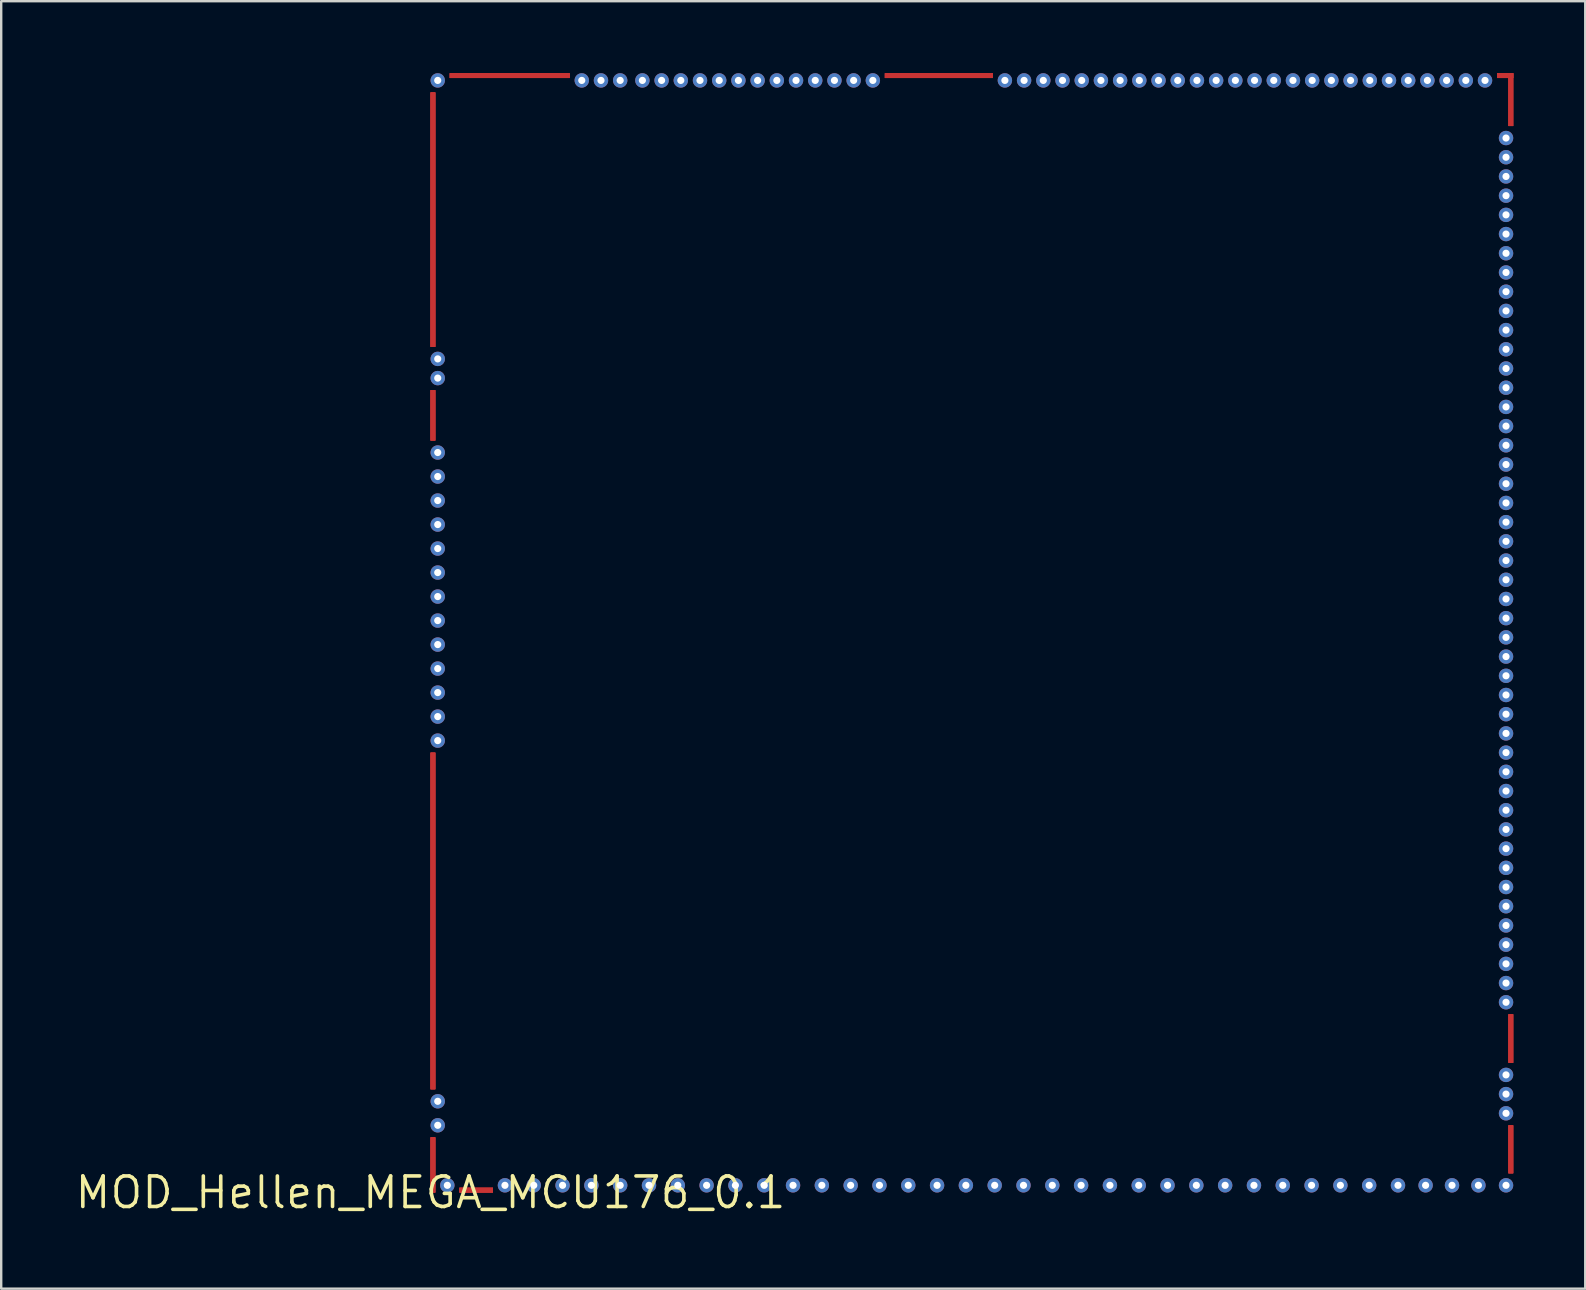
<source format=kicad_pcb>
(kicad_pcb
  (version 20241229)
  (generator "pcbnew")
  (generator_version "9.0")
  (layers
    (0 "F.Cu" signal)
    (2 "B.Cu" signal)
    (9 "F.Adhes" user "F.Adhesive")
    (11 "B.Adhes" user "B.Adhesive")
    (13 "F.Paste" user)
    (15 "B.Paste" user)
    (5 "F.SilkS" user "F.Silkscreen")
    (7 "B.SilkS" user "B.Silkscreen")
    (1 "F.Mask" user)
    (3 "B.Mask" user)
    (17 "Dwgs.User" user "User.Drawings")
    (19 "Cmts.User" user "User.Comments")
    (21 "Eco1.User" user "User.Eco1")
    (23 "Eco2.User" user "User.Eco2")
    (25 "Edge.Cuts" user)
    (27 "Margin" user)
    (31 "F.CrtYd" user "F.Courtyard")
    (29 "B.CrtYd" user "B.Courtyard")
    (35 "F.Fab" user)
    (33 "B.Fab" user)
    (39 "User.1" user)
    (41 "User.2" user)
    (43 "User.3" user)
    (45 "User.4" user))
  (footprint "MOD_Hellen_MEGA_MCU176_0.1"
    (layer "F.Cu")
    (at 14.884 46.625)
    (property "Reference" "MOD_Hellen_MEGA_MCU176_0.1" (at 0 0 0) (layer "F.SilkS") (effects (font (size 1.27 1.27) (thickness 0.15))))
    (attr through_hole)
    (pad "1" thru_hole oval (at 44.8 -43.925) (size 0.6 0.6) (drill 0.3) (layers "F.Cu" "F.Mask"))
    (pad "2" thru_hole oval (at 44.8 -43.125 270) (size 0.6 0.6) (drill 0.3) (layers "F.Cu" "F.Mask"))
    (pad "3" thru_hole oval (at 44.8 -42.325 270) (size 0.6 0.6) (drill 0.3) (layers "F.Cu" "F.Mask"))
    (pad "4" thru_hole oval (at 44.8 -41.525 270) (size 0.6 0.6) (drill 0.3) (layers "F.Cu" "F.Mask"))
    (pad "5" thru_hole oval (at 44.8 -40.725) (size 0.6 0.6) (drill 0.3) (layers "F.Cu" "F.Mask"))
    (pad "6" thru_hole oval (at 44.8 -39.925) (size 0.6 0.6) (drill 0.3) (layers "F.Cu" "F.Mask"))
    (pad "7" thru_hole oval (at 44.8 -39.125) (size 0.6 0.6) (drill 0.3) (layers "F.Cu" "F.Mask"))
    (pad "8" thru_hole oval (at 44.8 -38.325) (size 0.6 0.6) (drill 0.3) (layers "F.Cu" "F.Mask"))
    (pad "9" thru_hole oval (at 44.8 -37.525 270) (size 0.6 0.6) (drill 0.3) (layers "F.Cu" "F.Mask"))
    (pad "10" thru_hole oval (at 44.8 -36.725 270) (size 0.6 0.6) (drill 0.3) (layers "F.Cu" "F.Mask"))
    (pad "11" thru_hole oval (at 44.8 -35.925 270) (size 0.6 0.6) (drill 0.3) (layers "F.Cu" "F.Mask"))
    (pad "12" thru_hole oval (at 44.8 -35.125 270) (size 0.6 0.6) (drill 0.3) (layers "F.Cu" "F.Mask"))
    (pad "13" thru_hole oval (at 44.8 -34.325 270) (size 0.6 0.6) (drill 0.3) (layers "F.Cu" "F.Mask"))
    (pad "14" thru_hole oval (at 44.8 -33.525 270) (size 0.6 0.6) (drill 0.3) (layers "F.Cu" "F.Mask"))
    (pad "15" thru_hole oval (at 44.8 -32.725 270) (size 0.6 0.6) (drill 0.3) (layers "F.Cu" "F.Mask"))
    (pad "16" thru_hole oval (at 44.8 -31.925 270) (size 0.6 0.6) (drill 0.3) (layers "F.Cu" "F.Mask"))
    (pad "17" thru_hole oval (at 44.8 -31.125 270) (size 0.6 0.6) (drill 0.3) (layers "F.Cu" "F.Mask"))
    (pad "18" thru_hole oval (at 44.8 -30.325 270) (size 0.6 0.6) (drill 0.3) (layers "F.Cu" "F.Mask"))
    (pad "19" thru_hole oval (at 44.8 -29.525 270) (size 0.6 0.6) (drill 0.3) (layers "F.Cu" "F.Mask"))
    (pad "20" thru_hole oval (at 44.8 -28.725 270) (size 0.6 0.6) (drill 0.3) (layers "F.Cu" "F.Mask"))
    (pad "21" thru_hole oval (at 44.8 -27.925 270) (size 0.6 0.6) (drill 0.3) (layers "F.Cu" "F.Mask"))
    (pad "22" thru_hole oval (at 44.8 -27.125 270) (size 0.6 0.6) (drill 0.3) (layers "F.Cu" "F.Mask"))
    (pad "23" thru_hole oval (at 44.8 -26.325 270) (size 0.6 0.6) (drill 0.3) (layers "F.Cu" "F.Mask"))
    (pad "24" thru_hole oval (at 44.8 -25.525 270) (size 0.6 0.6) (drill 0.3) (layers "F.Cu" "F.Mask"))
    (pad "25" thru_hole oval (at 44.8 -24.725 270) (size 0.6 0.6) (drill 0.3) (layers "F.Cu" "F.Mask"))
    (pad "26" thru_hole oval (at 44.8 -23.925 270) (size 0.6 0.6) (drill 0.3) (layers "F.Cu" "F.Mask"))
    (pad "27" thru_hole oval (at 44.8 -23.125 270) (size 0.6 0.6) (drill 0.3) (layers "F.Cu" "F.Mask"))
    (pad "28" thru_hole oval (at 44.8 -22.325 180) (size 0.6 0.6) (drill 0.3) (layers "F.Cu" "F.Mask"))
    (pad "29" thru_hole oval (at 44.8 -21.525 180) (size 0.6 0.6) (drill 0.3) (layers "F.Cu" "F.Mask"))
    (pad "30" thru_hole oval (at 44.8 -20.725 270) (size 0.6 0.6) (drill 0.3) (layers "F.Cu" "F.Mask"))
    (pad "31" thru_hole oval (at 44.8 -19.925 270) (size 0.6 0.6) (drill 0.3) (layers "F.Cu" "F.Mask"))
    (pad "32" thru_hole oval (at 44.8 -19.125 180) (size 0.6 0.6) (drill 0.3) (layers "F.Cu" "F.Mask"))
    (pad "33" thru_hole oval (at 44.8 -18.325 180) (size 0.6 0.6) (drill 0.3) (layers "F.Cu" "F.Mask"))
    (pad "34" thru_hole oval (at 44.8 -17.525 180) (size 0.6 0.6) (drill 0.3) (layers "F.Cu" "F.Mask"))
    (pad "35" thru_hole oval (at 44.8 -15.925 180) (size 0.6 0.6) (drill 0.3) (layers "F.Cu" "F.Mask"))
    (pad "36" thru_hole oval (at 44.8 -15.125 180) (size 0.6 0.6) (drill 0.3) (layers "F.Cu" "F.Mask"))
    (pad "37" thru_hole oval (at 44.8 -14.325 180) (size 0.6 0.6) (drill 0.3) (layers "F.Cu" "F.Mask"))
    (pad "38" thru_hole oval (at 44.8 -16.725 270) (size 0.6 0.6) (drill 0.3) (layers "F.Cu" "F.Mask"))
    (pad "39" thru_hole oval (at 44.8 -13.525 270) (size 0.6 0.6) (drill 0.3) (layers "F.Cu" "F.Mask"))
    (pad "40" thru_hole oval (at 44.8 -12.725 270) (size 0.6 0.6) (drill 0.3) (layers "F.Cu" "F.Mask"))
    (pad "41" thru_hole oval (at 44.8 -11.925 270) (size 0.6 0.6) (drill 0.3) (layers "F.Cu" "F.Mask"))
    (pad "42" thru_hole oval (at 44.8 -11.125 270) (size 0.6 0.6) (drill 0.3) (layers "F.Cu" "F.Mask"))
    (pad "43" thru_hole oval (at 44.8 -10.325 270) (size 0.6 0.6) (drill 0.3) (layers "F.Cu" "F.Mask"))
    (pad "44" thru_hole oval (at 44.8 -9.525) (size 0.6 0.6) (drill 0.3) (layers "F.Cu" "F.Mask"))
    (pad "45" thru_hole oval (at 44.8 -8.725) (size 0.6 0.6) (drill 0.3) (layers "F.Cu" "F.Mask"))
    (pad "46" thru_hole oval (at 44.8 -7.925) (size 0.6 0.6) (drill 0.3) (layers "F.Cu" "F.Mask"))
    (pad "47" thru_hole oval (at 44.8 -4.9 270) (size 0.6 0.6) (drill 0.3) (layers "F.Cu" "F.Mask"))
    (pad "48" thru_hole oval (at 44.8 -4.1 270) (size 0.6 0.6) (drill 0.3) (layers "F.Cu" "F.Mask"))
    (pad "49" thru_hole oval (at 44.8 -3.3 270) (size 0.6 0.6) (drill 0.3) (layers "F.Cu" "F.Mask"))
    (pad "50" smd rect (at 0.1 -11.312) (size 0.2 14.025) (layers "F.Cu" "F.Mask"))
    (pad "51" smd rect (at 0.1 -40.525) (size 0.2 10.6) (layers "F.Cu" "F.Mask"))
    (pad "52" smd rect (at 45 -1.8 180) (size 0.2 2) (layers "F.Cu" "F.Mask"))
    (pad "53" smd rect (at 44.762 -46.525 90) (size 0.2 0.675) (layers "F.Cu" "F.Mask"))
    (pad "54" smd rect (at 21.175 -46.525 270) (size 0.2 4.5) (layers "F.Cu" "F.Mask"))
    (pad "55" smd rect (at 3.3 -46.525 270) (size 0.2 5) (layers "F.Cu" "F.Mask"))
    (pad "56" smd rect (at 45 -45.525 180) (size 0.2 2.2) (layers "F.Cu" "F.Mask"))
    (pad "57" smd rect (at 45 -6.413 180) (size 0.2 2.025) (layers "F.Cu" "F.Mask"))
    (pad "58" smd rect (at 0.1 -1.15) (size 0.2 2.3) (layers "F.Cu" "F.Mask"))
    (pad "59" smd rect (at 0.1 -32.375) (size 0.2 2.1) (layers "F.Cu" "F.Mask"))
    (pad "60" smd rect (at 1.9 -0.1 90) (size 0.2 1.4) (layers "F.Cu" "F.Mask"))
    (pad "61" smd rect (at 0.1 -11.312) (size 0.2 14.025) (layers "F.Cu" "F.Mask"))
    (pad "62" smd rect (at 0.1 -40.525) (size 0.2 10.6) (layers "F.Cu" "F.Mask"))
    (pad "63" smd rect (at 45 -1.8 180) (size 0.2 2) (layers "F.Cu" "F.Mask"))
    (pad "64" smd rect (at 44.762 -46.525 90) (size 0.2 0.675) (layers "F.Cu" "F.Mask"))
    (pad "65" smd rect (at 21.175 -46.525 270) (size 0.2 4.5) (layers "F.Cu" "F.Mask"))
    (pad "66" smd rect (at 3.3 -46.525 270) (size 0.2 5) (layers "F.Cu" "F.Mask"))
    (pad "67" smd rect (at 45 -45.525 180) (size 0.2 2.2) (layers "F.Cu" "F.Mask"))
    (pad "68" smd rect (at 45 -6.413 180) (size 0.2 2.025) (layers "F.Cu" "F.Mask"))
    (pad "69" smd rect (at 0.1 -1.15) (size 0.2 2.3) (layers "F.Cu" "F.Mask"))
    (pad "70" smd rect (at 0.1 -32.375) (size 0.2 2.1) (layers "F.Cu" "F.Mask"))
    (pad "71" smd rect (at 1.9 -0.1 90) (size 0.2 1.4) (layers "F.Cu" "F.Mask"))
    (pad "72" smd rect (at 0.1 -11.312) (size 0.2 14.025) (layers "F.Cu" "F.Mask"))
    (pad "73" smd rect (at 0.1 -40.525) (size 0.2 10.6) (layers "F.Cu" "F.Mask"))
    (pad "74" smd rect (at 45 -1.8 180) (size 0.2 2) (layers "F.Cu" "F.Mask"))
    (pad "75" smd rect (at 44.762 -46.525 90) (size 0.2 0.675) (layers "F.Cu" "F.Mask"))
    (pad "76" smd rect (at 21.175 -46.525 270) (size 0.2 4.5) (layers "F.Cu" "F.Mask"))
    (pad "77" smd rect (at 3.3 -46.525 270) (size 0.2 5) (layers "F.Cu" "F.Mask"))
    (pad "78" smd rect (at 45 -45.525 180) (size 0.2 2.2) (layers "F.Cu" "F.Mask"))
    (pad "79" smd rect (at 45 -6.413 180) (size 0.2 2.025) (layers "F.Cu" "F.Mask"))
    (pad "80" smd rect (at 0.1 -1.15) (size 0.2 2.3) (layers "F.Cu" "F.Mask"))
    (pad "81" smd rect (at 0.1 -32.375) (size 0.2 2.1) (layers "F.Cu" "F.Mask"))
    (pad "82" smd rect (at 1.9 -0.1 90) (size 0.2 1.4) (layers "F.Cu" "F.Mask"))
    (pad "83" smd rect (at 0.1 -11.312) (size 0.2 14.025) (layers "F.Cu" "F.Mask"))
    (pad "84" smd rect (at 0.1 -40.525) (size 0.2 10.6) (layers "F.Cu" "F.Mask"))
    (pad "85" smd rect (at 45 -1.8 180) (size 0.2 2) (layers "F.Cu" "F.Mask"))
    (pad "86" smd rect (at 44.762 -46.525 90) (size 0.2 0.675) (layers "F.Cu" "F.Mask"))
    (pad "87" smd rect (at 21.175 -46.525 270) (size 0.2 4.5) (layers "F.Cu" "F.Mask"))
    (pad "88" smd rect (at 3.3 -46.525 270) (size 0.2 5) (layers "F.Cu" "F.Mask"))
    (pad "89" smd rect (at 45 -45.525 180) (size 0.2 2.2) (layers "F.Cu" "F.Mask"))
    (pad "90" smd rect (at 45 -6.413 180) (size 0.2 2.025) (layers "F.Cu" "F.Mask"))
    (pad "91" smd rect (at 0.1 -1.15) (size 0.2 2.3) (layers "F.Cu" "F.Mask"))
    (pad "92" smd rect (at 0.1 -32.375) (size 0.2 2.1) (layers "F.Cu" "F.Mask"))
    (pad "93" smd rect (at 1.9 -0.1 90) (size 0.2 1.4) (layers "F.Cu" "F.Mask"))
    (pad "94" thru_hole oval (at 43.925 -46.325) (size 0.6 0.6) (drill 0.3) (layers "F.Cu" "F.Mask"))
    (pad "95" thru_hole oval (at 43.125 -46.325) (size 0.6 0.6) (drill 0.3) (layers "F.Cu" "F.Mask"))
    (pad "96" thru_hole oval (at 42.325 -46.325) (size 0.6 0.6) (drill 0.3) (layers "F.Cu" "F.Mask"))
    (pad "97" thru_hole oval (at 41.525 -46.325 270) (size 0.6 0.6) (drill 0.3) (layers "F.Cu" "F.Mask"))
    (pad "98" thru_hole oval (at 40.725 -46.325 270) (size 0.6 0.6) (drill 0.3) (layers "F.Cu" "F.Mask"))
    (pad "99" thru_hole oval (at 39.925 -46.325 270) (size 0.6 0.6) (drill 0.3) (layers "F.Cu" "F.Mask"))
    (pad "100" thru_hole oval (at 39.125 -46.325 270) (size 0.6 0.6) (drill 0.3) (layers "F.Cu" "F.Mask"))
    (pad "101" thru_hole oval (at 38.325 -46.325 90) (size 0.6 0.6) (drill 0.3) (layers "F.Cu" "F.Mask"))
    (pad "102" thru_hole oval (at 37.525 -46.325 270) (size 0.6 0.6) (drill 0.3) (layers "F.Cu" "F.Mask"))
    (pad "103" thru_hole oval (at 36.725 -46.325 270) (size 0.6 0.6) (drill 0.3) (layers "F.Cu" "F.Mask"))
    (pad "104" thru_hole oval (at 35.925 -46.325 270) (size 0.6 0.6) (drill 0.3) (layers "F.Cu" "F.Mask"))
    (pad "105" thru_hole oval (at 35.125 -46.325 90) (size 0.6 0.6) (drill 0.3) (layers "F.Cu" "F.Mask"))
    (pad "106" thru_hole oval (at 34.325 -46.325 90) (size 0.6 0.6) (drill 0.3) (layers "F.Cu" "F.Mask"))
    (pad "107" thru_hole oval (at 33.525 -46.325 90) (size 0.6 0.6) (drill 0.3) (layers "F.Cu" "F.Mask"))
    (pad "108" thru_hole oval (at 32.725 -46.325 90) (size 0.6 0.6) (drill 0.3) (layers "F.Cu" "F.Mask"))
    (pad "109" thru_hole oval (at 31.925 -46.325 90) (size 0.6 0.6) (drill 0.3) (layers "F.Cu" "F.Mask"))
    (pad "110" thru_hole oval (at 31.125 -46.325 270) (size 0.6 0.6) (drill 0.3) (layers "F.Cu" "F.Mask"))
    (pad "111" thru_hole oval (at 30.325 -46.325 270) (size 0.6 0.6) (drill 0.3) (layers "F.Cu" "F.Mask"))
    (pad "112" thru_hole oval (at 29.525 -46.325 270) (size 0.6 0.6) (drill 0.3) (layers "F.Cu" "F.Mask"))
    (pad "113" thru_hole oval (at 28.725 -46.325 270) (size 0.6 0.6) (drill 0.3) (layers "F.Cu" "F.Mask"))
    (pad "114" thru_hole oval (at 27.925 -46.325 270) (size 0.6 0.6) (drill 0.3) (layers "F.Cu" "F.Mask"))
    (pad "115" thru_hole oval (at 27.125 -46.325 270) (size 0.6 0.6) (drill 0.3) (layers "F.Cu" "F.Mask"))
    (pad "116" thru_hole oval (at 26.325 -46.325 270) (size 0.6 0.6) (drill 0.3) (layers "F.Cu" "F.Mask"))
    (pad "117" thru_hole oval (at 25.525 -46.325 270) (size 0.6 0.6) (drill 0.3) (layers "F.Cu" "F.Mask"))
    (pad "118" thru_hole oval (at 24.725 -46.325 270) (size 0.6 0.6) (drill 0.3) (layers "F.Cu" "F.Mask"))
    (pad "119" thru_hole oval (at 23.925 -46.325 270) (size 0.6 0.6) (drill 0.3) (layers "F.Cu" "F.Mask"))
    (pad "120" thru_hole oval (at 18.425 -46.325 270) (size 0.6 0.6) (drill 0.3) (layers "F.Cu" "F.Mask"))
    (pad "121" thru_hole oval (at 17.625 -46.325 270) (size 0.6 0.6) (drill 0.3) (layers "F.Cu" "F.Mask"))
    (pad "122" thru_hole oval (at 16.825 -46.325 270) (size 0.6 0.6) (drill 0.3) (layers "F.Cu" "F.Mask"))
    (pad "123" thru_hole oval (at 16.025 -46.325 270) (size 0.6 0.6) (drill 0.3) (layers "F.Cu" "F.Mask"))
    (pad "124" thru_hole oval (at 15.225 -46.325 270) (size 0.6 0.6) (drill 0.3) (layers "F.Cu" "F.Mask"))
    (pad "125" thru_hole oval (at 14.425 -46.325) (size 0.6 0.6) (drill 0.3) (layers "F.Cu" "F.Mask"))
    (pad "126" thru_hole oval (at 13.625 -46.325) (size 0.6 0.6) (drill 0.3) (layers "F.Cu" "F.Mask"))
    (pad "127" thru_hole oval (at 12.825 -46.325) (size 0.6 0.6) (drill 0.3) (layers "F.Cu" "F.Mask"))
    (pad "128" thru_hole oval (at 12.025 -46.325) (size 0.6 0.6) (drill 0.3) (layers "F.Cu" "F.Mask"))
    (pad "129" thru_hole oval (at 11.225 -46.325) (size 0.6 0.6) (drill 0.3) (layers "F.Cu" "F.Mask"))
    (pad "130" thru_hole oval (at 10.425 -46.325) (size 0.6 0.6) (drill 0.3) (layers "F.Cu" "F.Mask"))
    (pad "131" thru_hole oval (at 9.625 -46.325) (size 0.6 0.6) (drill 0.3) (layers "F.Cu" "F.Mask"))
    (pad "132" thru_hole oval (at 8.825 -46.325) (size 0.6 0.6) (drill 0.3) (layers "F.Cu" "F.Mask"))
    (pad "133" thru_hole oval (at 7.9 -46.325 270) (size 0.6 0.6) (drill 0.3) (layers "F.Cu" "F.Mask"))
    (pad "134" thru_hole oval (at 7.1 -46.325 270) (size 0.6 0.6) (drill 0.3) (layers "F.Cu" "F.Mask"))
    (pad "135" thru_hole oval (at 6.3 -46.325 270) (size 0.6 0.6) (drill 0.3) (layers "F.Cu" "F.Mask"))
    (pad "136" thru_hole oval (at 0.3 -46.325 270) (size 0.6 0.6) (drill 0.3) (layers "F.Cu" "F.Mask"))
    (pad "137" thru_hole oval (at 44.8 -0.3 270) (size 0.6 0.6) (drill 0.3) (layers "F.Cu" "F.Mask"))
    (pad "138" thru_hole oval (at 43.65 -0.3 270) (size 0.6 0.6) (drill 0.3) (layers "F.Cu" "F.Mask"))
    (pad "139" thru_hole oval (at 42.55 -0.3 270) (size 0.6 0.6) (drill 0.3) (layers "F.Cu" "F.Mask"))
    (pad "140" thru_hole oval (at 41.45 -0.3 270) (size 0.6 0.6) (drill 0.3) (layers "F.Cu" "F.Mask"))
    (pad "141" thru_hole oval (at 40.3 -0.3 270) (size 0.6 0.6) (drill 0.3) (layers "F.Cu" "F.Mask"))
    (pad "142" thru_hole oval (at 39.1 -0.3 270) (size 0.6 0.6) (drill 0.3) (layers "F.Cu" "F.Mask"))
    (pad "143" thru_hole oval (at 37.9 -0.3 270) (size 0.6 0.6) (drill 0.3) (layers "F.Cu" "F.Mask"))
    (pad "144" thru_hole oval (at 36.7 -0.3 270) (size 0.6 0.6) (drill 0.3) (layers "F.Cu" "F.Mask"))
    (pad "145" thru_hole oval (at 35.5 -0.3 270) (size 0.6 0.6) (drill 0.3) (layers "F.Cu" "F.Mask"))
    (pad "146" thru_hole oval (at 34.3 -0.3 270) (size 0.6 0.6) (drill 0.3) (layers "F.Cu" "F.Mask"))
    (pad "147" thru_hole oval (at 33.1 -0.3 270) (size 0.6 0.6) (drill 0.3) (layers "F.Cu" "F.Mask"))
    (pad "148" thru_hole oval (at 31.9 -0.3 270) (size 0.6 0.6) (drill 0.3) (layers "F.Cu" "F.Mask"))
    (pad "149" thru_hole oval (at 30.7 -0.3 270) (size 0.6 0.6) (drill 0.3) (layers "F.Cu" "F.Mask"))
    (pad "150" thru_hole oval (at 29.5 -0.3 270) (size 0.6 0.6) (drill 0.3) (layers "F.Cu" "F.Mask"))
    (pad "151" thru_hole oval (at 28.3 -0.3 270) (size 0.6 0.6) (drill 0.3) (layers "F.Cu" "F.Mask"))
    (pad "152" thru_hole oval (at 27.1 -0.3 270) (size 0.6 0.6) (drill 0.3) (layers "F.Cu" "F.Mask"))
    (pad "153" thru_hole oval (at 25.9 -0.3 270) (size 0.6 0.6) (drill 0.3) (layers "F.Cu" "F.Mask"))
    (pad "154" thru_hole oval (at 24.7 -0.3 270) (size 0.6 0.6) (drill 0.3) (layers "F.Cu" "F.Mask"))
    (pad "155" thru_hole oval (at 23.5 -0.3 270) (size 0.6 0.6) (drill 0.3) (layers "F.Cu" "F.Mask"))
    (pad "156" thru_hole oval (at 22.3 -0.3 270) (size 0.6 0.6) (drill 0.3) (layers "F.Cu" "F.Mask"))
    (pad "157" thru_hole oval (at 21.1 -0.3 270) (size 0.6 0.6) (drill 0.3) (layers "F.Cu" "F.Mask"))
    (pad "158" thru_hole oval (at 19.9 -0.3 270) (size 0.6 0.6) (drill 0.3) (layers "F.Cu" "F.Mask"))
    (pad "159" thru_hole oval (at 18.7 -0.3 270) (size 0.6 0.6) (drill 0.3) (layers "F.Cu" "F.Mask"))
    (pad "160" thru_hole oval (at 17.5 -0.3 270) (size 0.6 0.6) (drill 0.3) (layers "F.Cu" "F.Mask"))
    (pad "161" thru_hole oval (at 16.3 -0.3 270) (size 0.6 0.6) (drill 0.3) (layers "F.Cu" "F.Mask"))
    (pad "162" thru_hole oval (at 15.1 -0.3 270) (size 0.6 0.6) (drill 0.3) (layers "F.Cu" "F.Mask"))
    (pad "163" thru_hole oval (at 13.9 -0.3 270) (size 0.6 0.6) (drill 0.3) (layers "F.Cu" "F.Mask"))
    (pad "164" thru_hole oval (at 12.7 -0.3 270) (size 0.6 0.6) (drill 0.3) (layers "F.Cu" "F.Mask"))
    (pad "165" thru_hole oval (at 11.5 -0.3 270) (size 0.6 0.6) (drill 0.3) (layers "F.Cu" "F.Mask"))
    (pad "166" thru_hole oval (at 10.3 -0.3 270) (size 0.6 0.6) (drill 0.3) (layers "F.Cu" "F.Mask"))
    (pad "167" thru_hole oval (at 9.1 -0.3 270) (size 0.6 0.6) (drill 0.3) (layers "F.Cu" "F.Mask"))
    (pad "168" thru_hole oval (at 7.9 -0.3 270) (size 0.6 0.6) (drill 0.3) (layers "F.Cu" "F.Mask"))
    (pad "169" thru_hole oval (at 6.7 -0.3 270) (size 0.6 0.6) (drill 0.3) (layers "F.Cu" "F.Mask"))
    (pad "170" thru_hole oval (at 5.5 -0.3 270) (size 0.6 0.6) (drill 0.3) (layers "F.Cu" "F.Mask"))
    (pad "171" thru_hole oval (at 4.3 -0.3 270) (size 0.6 0.6) (drill 0.3) (layers "F.Cu" "F.Mask"))
    (pad "172" thru_hole oval (at 3.1 -0.3 270) (size 0.6 0.6) (drill 0.3) (layers "F.Cu" "F.Mask"))
    (pad "173" thru_hole oval (at 0.7 -0.3 270) (size 0.6 0.6) (drill 0.3) (layers "F.Cu" "F.Mask"))
    (pad "174" thru_hole oval (at 0.3 -2.8 180) (size 0.6 0.6) (drill 0.3) (layers "F.Cu" "F.Mask"))
    (pad "175" thru_hole oval (at 0.3 -3.8 270) (size 0.6 0.6) (drill 0.3) (layers "F.Cu" "F.Mask"))
    (pad "176" thru_hole oval (at 0.3 -18.825 180) (size 0.6 0.6) (drill 0.3) (layers "F.Cu" "F.Mask"))
    (pad "177" thru_hole oval (at 0.3 -19.825 90) (size 0.6 0.6) (drill 0.3) (layers "F.Cu" "F.Mask"))
    (pad "178" thru_hole oval (at 0.3 -20.825 90) (size 0.6 0.6) (drill 0.3) (layers "F.Cu" "F.Mask"))
    (pad "179" thru_hole oval (at 0.3 -21.825 90) (size 0.6 0.6) (drill 0.3) (layers "F.Cu" "F.Mask"))
    (pad "180" thru_hole oval (at 0.3 -22.825) (size 0.6 0.6) (drill 0.3) (layers "F.Cu" "F.Mask"))
    (pad "181" thru_hole oval (at 0.3 -23.825 180) (size 0.6 0.6) (drill 0.3) (layers "F.Cu" "F.Mask"))
    (pad "182" thru_hole oval (at 0.3 -24.825 180) (size 0.6 0.6) (drill 0.3) (layers "F.Cu" "F.Mask"))
    (pad "183" thru_hole oval (at 0.3 -25.825 180) (size 0.6 0.6) (drill 0.3) (layers "F.Cu" "F.Mask"))
    (pad "184" thru_hole oval (at 0.3 -26.825 180) (size 0.6 0.6) (drill 0.3) (layers "F.Cu" "F.Mask"))
    (pad "185" thru_hole oval (at 0.3 -27.825 180) (size 0.6 0.6) (drill 0.3) (layers "F.Cu" "F.Mask"))
    (pad "186" thru_hole oval (at 0.3 -28.825 180) (size 0.6 0.6) (drill 0.3) (layers "F.Cu" "F.Mask"))
    (pad "187" thru_hole oval (at 0.3 -29.825 180) (size 0.6 0.6) (drill 0.3) (layers "F.Cu" "F.Mask"))
    (pad "188" thru_hole oval (at 0.3 -30.825 180) (size 0.6 0.6) (drill 0.3) (layers "F.Cu" "F.Mask"))
    (pad "189" thru_hole oval (at 0.3 -33.925 270) (size 0.6 0.6) (drill 0.3) (layers "F.Cu" "F.Mask"))
    (pad "190" thru_hole oval (at 0.3 -34.725 270) (size 0.6 0.6) (drill 0.3) (layers "F.Cu" "F.Mask")))
  (gr_rect
    (start -3 -3)
    (end 62.984 50.631)
    (stroke (width 0.1) (type default))
    (fill no)
    (layer "Edge.Cuts")))
</source>
